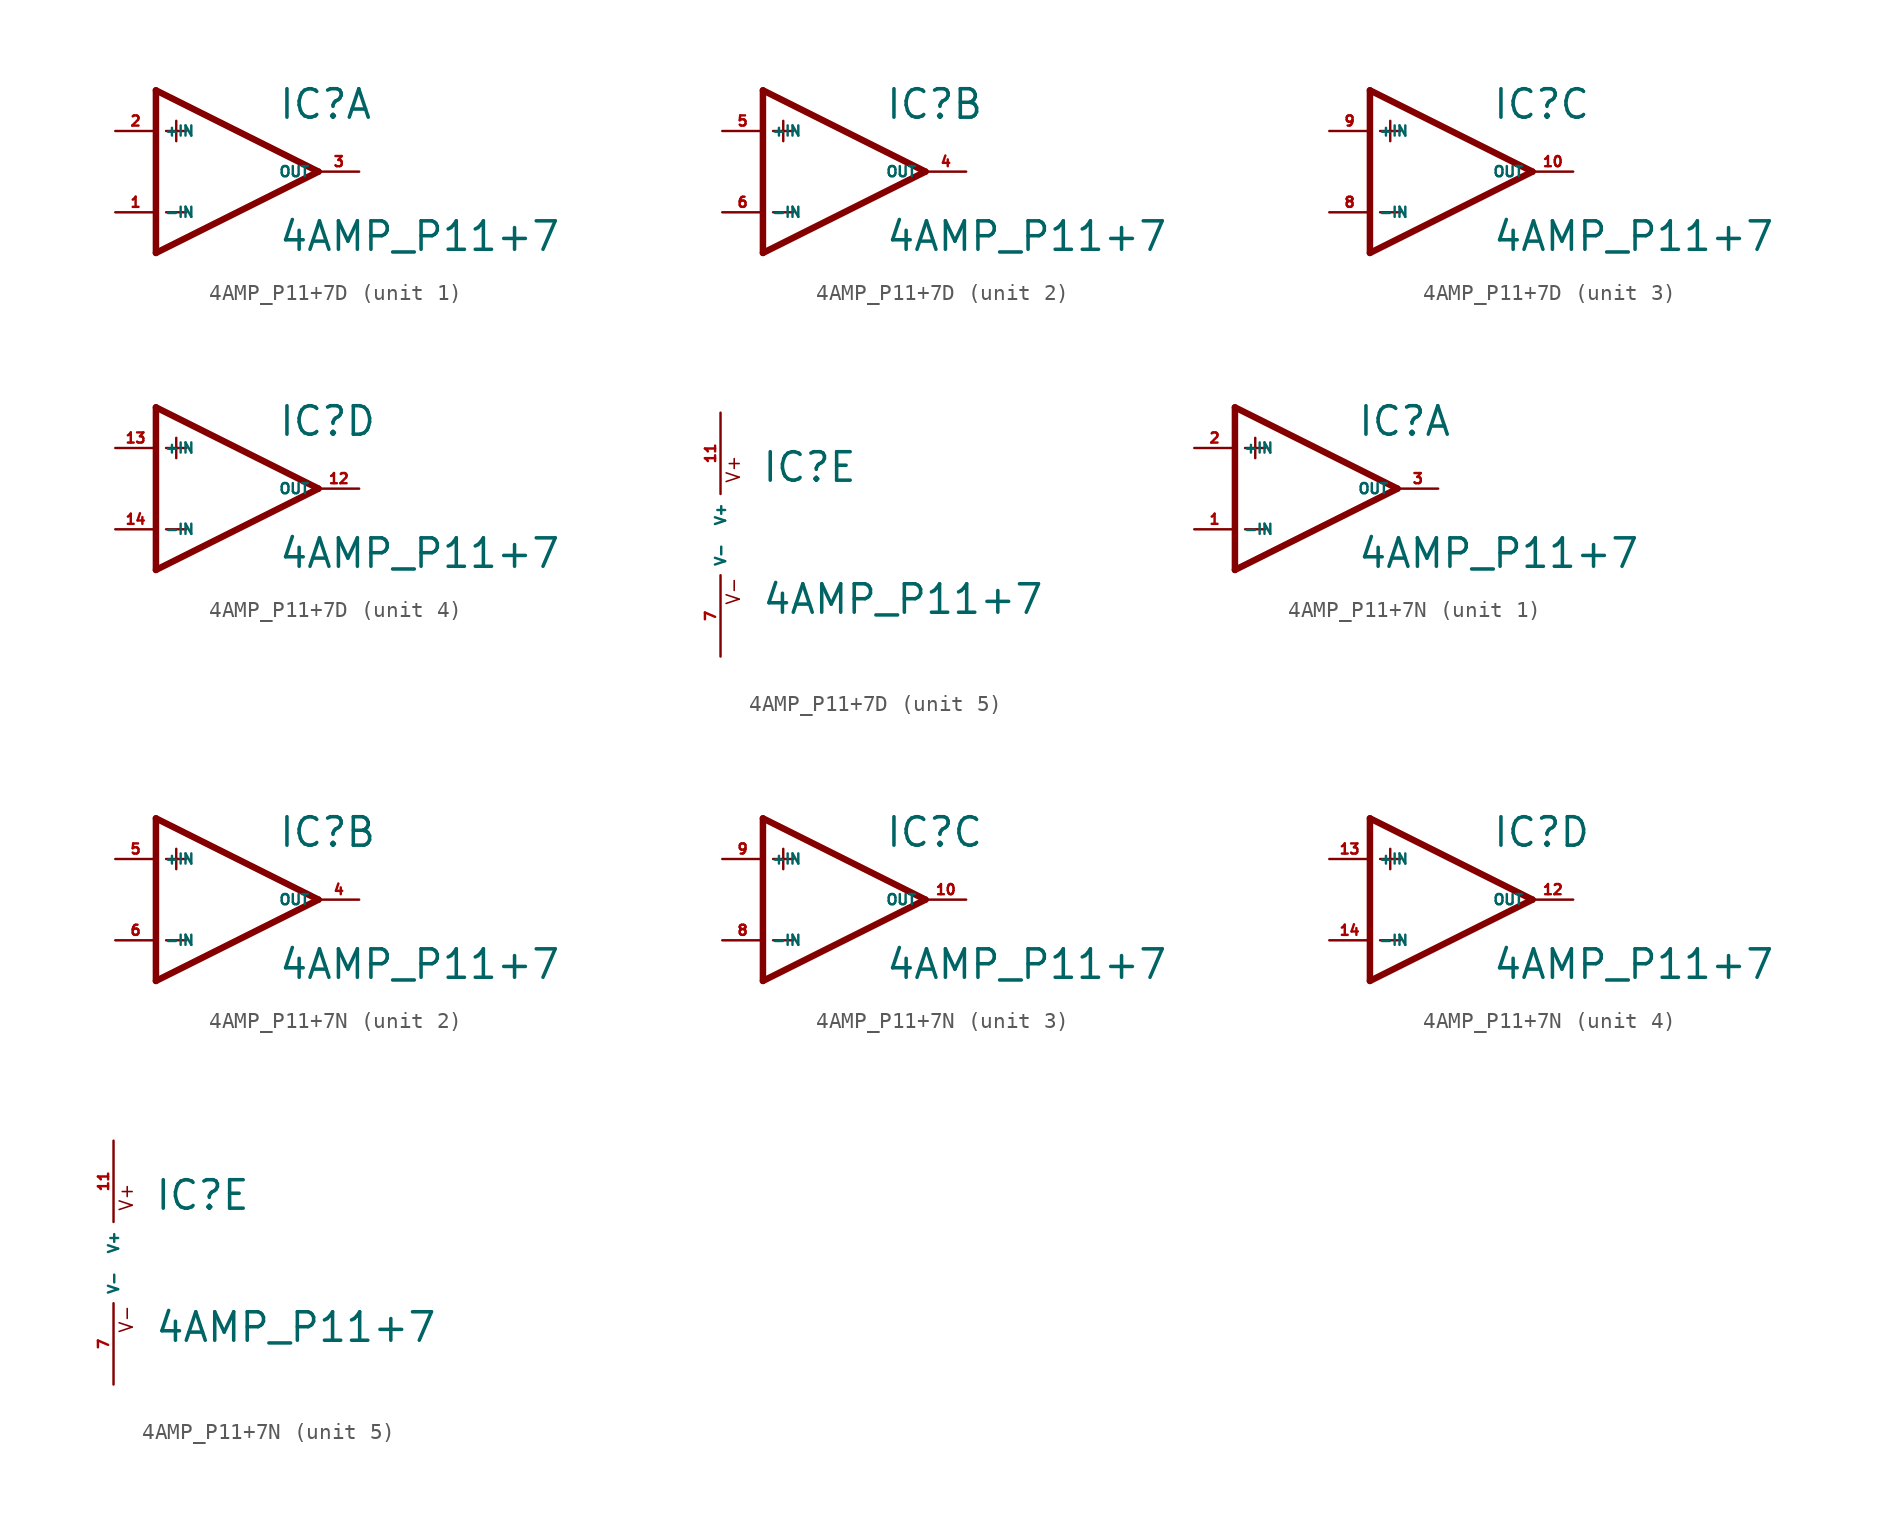
<source format=kicad_sym>
(kicad_symbol_lib
  (version 20220914)
  (generator Eagle2Kicad)
  (symbol "4AMP_P11+7D"
    (property "Reference" "IC"
      (at 2.54 3.175 0)
      (effects (font (size 1.778 1.778) (thickness 0.22)) (justify left bottom)))
    (property "Value" "4AMP_P11+7"
      (at 2.54 -5.08 0)
      (effects (font (size 1.778 1.778) (thickness 0.22)) (justify left bottom)))
    (symbol "4AMP_P11+7D_1_0"
      (polyline (pts (xy -5.08 5.08) (xy -5.08 -5.08)) (stroke (width 0.406) (type default)) (fill (type none)))
      (polyline (pts (xy -5.08 -5.08) (xy 5.08 0)) (stroke (width 0.406) (type default)) (fill (type none)))
      (polyline (pts (xy 5.08 0) (xy -5.08 5.08)) (stroke (width 0.406) (type default)) (fill (type none)))
      (polyline (pts (xy -3.81 3.175) (xy -3.81 1.905)) (stroke (width 0.152) (type default)) (fill (type none)))
      (polyline (pts (xy -4.445 2.54) (xy -3.175 2.54)) (stroke (width 0.152) (type default)) (fill (type none)))
      (polyline (pts (xy -4.445 -2.54) (xy -3.175 -2.54)) (stroke (width 0.152) (type default)) (fill (type none)))
      (pin input line (at -7.62 -2.54 0) (length 2.54) (name "-IN" (effects (font (size 0.635 0.635) (thickness 0.08)) (justify left bottom))) (number "1" (effects (font (size 0.635 0.635) (thickness 0.08)) (justify left bottom))))
      (pin input line (at -7.62 2.54 0) (length 2.54) (name "+IN" (effects (font (size 0.635 0.635) (thickness 0.08)) (justify left bottom))) (number "2" (effects (font (size 0.635 0.635) (thickness 0.08)) (justify left bottom))))
      (pin output line (at 7.62 0 180) (length 2.54) (name "OUT" (effects (font (size 0.635 0.635) (thickness 0.08)) (justify left bottom))) (number "3" (effects (font (size 0.635 0.635) (thickness 0.08)) (justify left bottom)))))
    (symbol "4AMP_P11+7D_2_0"
      (polyline (pts (xy -5.08 5.08) (xy -5.08 -5.08)) (stroke (width 0.406) (type default)) (fill (type none)))
      (polyline (pts (xy -5.08 -5.08) (xy 5.08 0)) (stroke (width 0.406) (type default)) (fill (type none)))
      (polyline (pts (xy 5.08 0) (xy -5.08 5.08)) (stroke (width 0.406) (type default)) (fill (type none)))
      (polyline (pts (xy -3.81 3.175) (xy -3.81 1.905)) (stroke (width 0.152) (type default)) (fill (type none)))
      (polyline (pts (xy -4.445 2.54) (xy -3.175 2.54)) (stroke (width 0.152) (type default)) (fill (type none)))
      (polyline (pts (xy -4.445 -2.54) (xy -3.175 -2.54)) (stroke (width 0.152) (type default)) (fill (type none)))
      (pin input line (at -7.62 -2.54 0) (length 2.54) (name "-IN" (effects (font (size 0.635 0.635) (thickness 0.08)) (justify left bottom))) (number "6" (effects (font (size 0.635 0.635) (thickness 0.08)) (justify left bottom))))
      (pin input line (at -7.62 2.54 0) (length 2.54) (name "+IN" (effects (font (size 0.635 0.635) (thickness 0.08)) (justify left bottom))) (number "5" (effects (font (size 0.635 0.635) (thickness 0.08)) (justify left bottom))))
      (pin output line (at 7.62 0 180) (length 2.54) (name "OUT" (effects (font (size 0.635 0.635) (thickness 0.08)) (justify left bottom))) (number "4" (effects (font (size 0.635 0.635) (thickness 0.08)) (justify left bottom)))))
    (symbol "4AMP_P11+7D_3_0"
      (polyline (pts (xy -5.08 5.08) (xy -5.08 -5.08)) (stroke (width 0.406) (type default)) (fill (type none)))
      (polyline (pts (xy -5.08 -5.08) (xy 5.08 0)) (stroke (width 0.406) (type default)) (fill (type none)))
      (polyline (pts (xy 5.08 0) (xy -5.08 5.08)) (stroke (width 0.406) (type default)) (fill (type none)))
      (polyline (pts (xy -3.81 3.175) (xy -3.81 1.905)) (stroke (width 0.152) (type default)) (fill (type none)))
      (polyline (pts (xy -4.445 2.54) (xy -3.175 2.54)) (stroke (width 0.152) (type default)) (fill (type none)))
      (polyline (pts (xy -4.445 -2.54) (xy -3.175 -2.54)) (stroke (width 0.152) (type default)) (fill (type none)))
      (pin input line (at -7.62 -2.54 0) (length 2.54) (name "-IN" (effects (font (size 0.635 0.635) (thickness 0.08)) (justify left bottom))) (number "8" (effects (font (size 0.635 0.635) (thickness 0.08)) (justify left bottom))))
      (pin input line (at -7.62 2.54 0) (length 2.54) (name "+IN" (effects (font (size 0.635 0.635) (thickness 0.08)) (justify left bottom))) (number "9" (effects (font (size 0.635 0.635) (thickness 0.08)) (justify left bottom))))
      (pin output line (at 7.62 0 180) (length 2.54) (name "OUT" (effects (font (size 0.635 0.635) (thickness 0.08)) (justify left bottom))) (number "10" (effects (font (size 0.635 0.635) (thickness 0.08)) (justify left bottom)))))
    (symbol "4AMP_P11+7D_4_0"
      (polyline (pts (xy -5.08 5.08) (xy -5.08 -5.08)) (stroke (width 0.406) (type default)) (fill (type none)))
      (polyline (pts (xy -5.08 -5.08) (xy 5.08 0)) (stroke (width 0.406) (type default)) (fill (type none)))
      (polyline (pts (xy 5.08 0) (xy -5.08 5.08)) (stroke (width 0.406) (type default)) (fill (type none)))
      (polyline (pts (xy -3.81 3.175) (xy -3.81 1.905)) (stroke (width 0.152) (type default)) (fill (type none)))
      (polyline (pts (xy -4.445 2.54) (xy -3.175 2.54)) (stroke (width 0.152) (type default)) (fill (type none)))
      (polyline (pts (xy -4.445 -2.54) (xy -3.175 -2.54)) (stroke (width 0.152) (type default)) (fill (type none)))
      (pin input line (at -7.62 -2.54 0) (length 2.54) (name "-IN" (effects (font (size 0.635 0.635) (thickness 0.08)) (justify left bottom))) (number "14" (effects (font (size 0.635 0.635) (thickness 0.08)) (justify left bottom))))
      (pin input line (at -7.62 2.54 0) (length 2.54) (name "+IN" (effects (font (size 0.635 0.635) (thickness 0.08)) (justify left bottom))) (number "13" (effects (font (size 0.635 0.635) (thickness 0.08)) (justify left bottom))))
      (pin output line (at 7.62 0 180) (length 2.54) (name "OUT" (effects (font (size 0.635 0.635) (thickness 0.08)) (justify left bottom))) (number "12" (effects (font (size 0.635 0.635) (thickness 0.08)) (justify left bottom)))))
    (symbol "4AMP_P11+7D_5_0"
      (text "V+" (at 1.27 3.175 900) (effects (font (size 0.813 0.813) (thickness 0.10)) (justify left bottom)))
      (text "V-" (at 1.27 -4.445 900) (effects (font (size 0.813 0.813) (thickness 0.10)) (justify left bottom)))
      (pin unspecified line (at 0 7.62 270) (length 5.08) (name "V+" (effects (font (size 0.635 0.635) (thickness 0.08)) (justify left bottom))) (number "11" (effects (font (size 0.635 0.635) (thickness 0.08)) (justify left bottom))))
      (pin unspecified line (at 0 -7.62 90) (length 5.08) (name "V-" (effects (font (size 0.635 0.635) (thickness 0.08)) (justify left bottom))) (number "7" (effects (font (size 0.635 0.635) (thickness 0.08)) (justify left bottom))))))
  (symbol "4AMP_P11+7N"
    (property "Reference" "IC"
      (at 2.54 3.175 0)
      (effects (font (size 1.778 1.778) (thickness 0.22)) (justify left bottom)))
    (property "Value" "4AMP_P11+7"
      (at 2.54 -5.08 0)
      (effects (font (size 1.778 1.778) (thickness 0.22)) (justify left bottom)))
    (symbol "4AMP_P11+7N_1_0"
      (polyline (pts (xy -5.08 5.08) (xy -5.08 -5.08)) (stroke (width 0.406) (type default)) (fill (type none)))
      (polyline (pts (xy -5.08 -5.08) (xy 5.08 0)) (stroke (width 0.406) (type default)) (fill (type none)))
      (polyline (pts (xy 5.08 0) (xy -5.08 5.08)) (stroke (width 0.406) (type default)) (fill (type none)))
      (polyline (pts (xy -3.81 3.175) (xy -3.81 1.905)) (stroke (width 0.152) (type default)) (fill (type none)))
      (polyline (pts (xy -4.445 2.54) (xy -3.175 2.54)) (stroke (width 0.152) (type default)) (fill (type none)))
      (polyline (pts (xy -4.445 -2.54) (xy -3.175 -2.54)) (stroke (width 0.152) (type default)) (fill (type none)))
      (pin input line (at -7.62 -2.54 0) (length 2.54) (name "-IN" (effects (font (size 0.635 0.635) (thickness 0.08)) (justify left bottom))) (number "1" (effects (font (size 0.635 0.635) (thickness 0.08)) (justify left bottom))))
      (pin input line (at -7.62 2.54 0) (length 2.54) (name "+IN" (effects (font (size 0.635 0.635) (thickness 0.08)) (justify left bottom))) (number "2" (effects (font (size 0.635 0.635) (thickness 0.08)) (justify left bottom))))
      (pin output line (at 7.62 0 180) (length 2.54) (name "OUT" (effects (font (size 0.635 0.635) (thickness 0.08)) (justify left bottom))) (number "3" (effects (font (size 0.635 0.635) (thickness 0.08)) (justify left bottom)))))
    (symbol "4AMP_P11+7N_2_0"
      (polyline (pts (xy -5.08 5.08) (xy -5.08 -5.08)) (stroke (width 0.406) (type default)) (fill (type none)))
      (polyline (pts (xy -5.08 -5.08) (xy 5.08 0)) (stroke (width 0.406) (type default)) (fill (type none)))
      (polyline (pts (xy 5.08 0) (xy -5.08 5.08)) (stroke (width 0.406) (type default)) (fill (type none)))
      (polyline (pts (xy -3.81 3.175) (xy -3.81 1.905)) (stroke (width 0.152) (type default)) (fill (type none)))
      (polyline (pts (xy -4.445 2.54) (xy -3.175 2.54)) (stroke (width 0.152) (type default)) (fill (type none)))
      (polyline (pts (xy -4.445 -2.54) (xy -3.175 -2.54)) (stroke (width 0.152) (type default)) (fill (type none)))
      (pin input line (at -7.62 -2.54 0) (length 2.54) (name "-IN" (effects (font (size 0.635 0.635) (thickness 0.08)) (justify left bottom))) (number "6" (effects (font (size 0.635 0.635) (thickness 0.08)) (justify left bottom))))
      (pin input line (at -7.62 2.54 0) (length 2.54) (name "+IN" (effects (font (size 0.635 0.635) (thickness 0.08)) (justify left bottom))) (number "5" (effects (font (size 0.635 0.635) (thickness 0.08)) (justify left bottom))))
      (pin output line (at 7.62 0 180) (length 2.54) (name "OUT" (effects (font (size 0.635 0.635) (thickness 0.08)) (justify left bottom))) (number "4" (effects (font (size 0.635 0.635) (thickness 0.08)) (justify left bottom)))))
    (symbol "4AMP_P11+7N_3_0"
      (polyline (pts (xy -5.08 5.08) (xy -5.08 -5.08)) (stroke (width 0.406) (type default)) (fill (type none)))
      (polyline (pts (xy -5.08 -5.08) (xy 5.08 0)) (stroke (width 0.406) (type default)) (fill (type none)))
      (polyline (pts (xy 5.08 0) (xy -5.08 5.08)) (stroke (width 0.406) (type default)) (fill (type none)))
      (polyline (pts (xy -3.81 3.175) (xy -3.81 1.905)) (stroke (width 0.152) (type default)) (fill (type none)))
      (polyline (pts (xy -4.445 2.54) (xy -3.175 2.54)) (stroke (width 0.152) (type default)) (fill (type none)))
      (polyline (pts (xy -4.445 -2.54) (xy -3.175 -2.54)) (stroke (width 0.152) (type default)) (fill (type none)))
      (pin input line (at -7.62 -2.54 0) (length 2.54) (name "-IN" (effects (font (size 0.635 0.635) (thickness 0.08)) (justify left bottom))) (number "8" (effects (font (size 0.635 0.635) (thickness 0.08)) (justify left bottom))))
      (pin input line (at -7.62 2.54 0) (length 2.54) (name "+IN" (effects (font (size 0.635 0.635) (thickness 0.08)) (justify left bottom))) (number "9" (effects (font (size 0.635 0.635) (thickness 0.08)) (justify left bottom))))
      (pin output line (at 7.62 0 180) (length 2.54) (name "OUT" (effects (font (size 0.635 0.635) (thickness 0.08)) (justify left bottom))) (number "10" (effects (font (size 0.635 0.635) (thickness 0.08)) (justify left bottom)))))
    (symbol "4AMP_P11+7N_4_0"
      (polyline (pts (xy -5.08 5.08) (xy -5.08 -5.08)) (stroke (width 0.406) (type default)) (fill (type none)))
      (polyline (pts (xy -5.08 -5.08) (xy 5.08 0)) (stroke (width 0.406) (type default)) (fill (type none)))
      (polyline (pts (xy 5.08 0) (xy -5.08 5.08)) (stroke (width 0.406) (type default)) (fill (type none)))
      (polyline (pts (xy -3.81 3.175) (xy -3.81 1.905)) (stroke (width 0.152) (type default)) (fill (type none)))
      (polyline (pts (xy -4.445 2.54) (xy -3.175 2.54)) (stroke (width 0.152) (type default)) (fill (type none)))
      (polyline (pts (xy -4.445 -2.54) (xy -3.175 -2.54)) (stroke (width 0.152) (type default)) (fill (type none)))
      (pin input line (at -7.62 -2.54 0) (length 2.54) (name "-IN" (effects (font (size 0.635 0.635) (thickness 0.08)) (justify left bottom))) (number "14" (effects (font (size 0.635 0.635) (thickness 0.08)) (justify left bottom))))
      (pin input line (at -7.62 2.54 0) (length 2.54) (name "+IN" (effects (font (size 0.635 0.635) (thickness 0.08)) (justify left bottom))) (number "13" (effects (font (size 0.635 0.635) (thickness 0.08)) (justify left bottom))))
      (pin output line (at 7.62 0 180) (length 2.54) (name "OUT" (effects (font (size 0.635 0.635) (thickness 0.08)) (justify left bottom))) (number "12" (effects (font (size 0.635 0.635) (thickness 0.08)) (justify left bottom)))))
    (symbol "4AMP_P11+7N_5_0"
      (text "V+" (at 1.27 3.175 900) (effects (font (size 0.813 0.813) (thickness 0.10)) (justify left bottom)))
      (text "V-" (at 1.27 -4.445 900) (effects (font (size 0.813 0.813) (thickness 0.10)) (justify left bottom)))
      (pin unspecified line (at 0 7.62 270) (length 5.08) (name "V+" (effects (font (size 0.635 0.635) (thickness 0.08)) (justify left bottom))) (number "11" (effects (font (size 0.635 0.635) (thickness 0.08)) (justify left bottom))))
      (pin unspecified line (at 0 -7.62 90) (length 5.08) (name "V-" (effects (font (size 0.635 0.635) (thickness 0.08)) (justify left bottom))) (number "7" (effects (font (size 0.635 0.635) (thickness 0.08)) (justify left bottom)))))))
</source>
